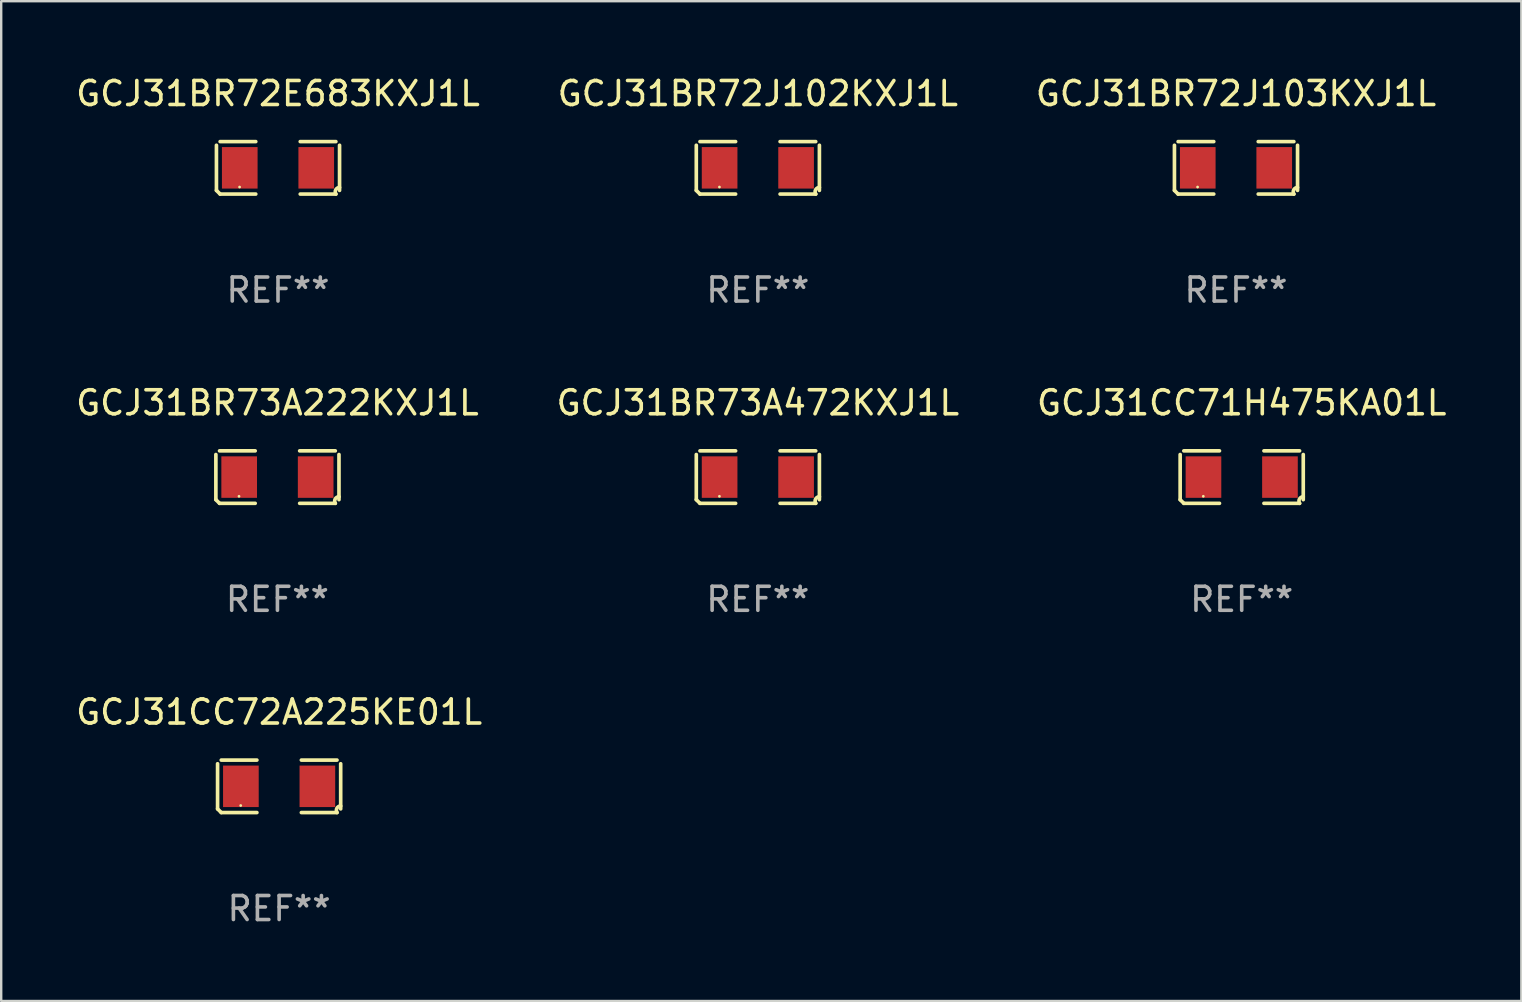
<source format=kicad_pcb>
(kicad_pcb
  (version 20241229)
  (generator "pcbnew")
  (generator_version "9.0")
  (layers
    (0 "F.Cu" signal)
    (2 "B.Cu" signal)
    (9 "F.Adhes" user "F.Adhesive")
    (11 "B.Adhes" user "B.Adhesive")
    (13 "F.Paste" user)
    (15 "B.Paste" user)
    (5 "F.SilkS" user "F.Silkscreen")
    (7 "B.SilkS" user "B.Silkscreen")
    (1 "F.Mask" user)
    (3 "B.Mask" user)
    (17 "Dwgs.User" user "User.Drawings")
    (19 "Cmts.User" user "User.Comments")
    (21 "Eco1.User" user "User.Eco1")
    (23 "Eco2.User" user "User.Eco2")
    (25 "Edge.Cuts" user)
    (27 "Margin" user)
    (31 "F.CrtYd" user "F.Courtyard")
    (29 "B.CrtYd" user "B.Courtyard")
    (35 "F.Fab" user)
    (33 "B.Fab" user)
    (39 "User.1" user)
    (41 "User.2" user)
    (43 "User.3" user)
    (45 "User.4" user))
  (footprint "GCJ31BR72E683KXJ1L"
    (layer "F.Cu")
    (at 8.53 3.941)
    (property "Reference" "GCJ31BR72E683KXJ1L" (at 0 -3.093 0) (layer "F.SilkS") (effects (font (size 1 1) (thickness 0.15))))
    (attr through_hole)
    (fp_line (start -2.564 0.94) (end -2.564 -0.94) (stroke (width 0.152) (type solid)) (layer "F.SilkS"))
    (fp_line (start -2.411 -1.093) (end -0.926 -1.093) (stroke (width 0.152) (type solid)) (layer "F.SilkS"))
    (fp_line (start -0.926 1.093) (end -2.411 1.093) (stroke (width 0.152) (type solid)) (layer "F.SilkS"))
    (fp_line (start 0.926 1.093) (end 2.411 1.093) (stroke (width 0.152) (type solid)) (layer "F.SilkS"))
    (fp_line (start 2.411 -1.093) (end 0.926 -1.093) (stroke (width 0.152) (type solid)) (layer "F.SilkS"))
    (fp_line (start 2.564 0.94) (end 2.564 -0.94) (stroke (width 0.152) (type solid)) (layer "F.SilkS"))
    (fp_arc (start -2.411201 1.092609) (mid -2.487413 1.01642) (end -2.563602 0.940208) (stroke (width 0.1524) (type solid)) (layer "F.SilkS"))
    (fp_arc (start 2.411201 1.092609) (mid 2.407159 0.911226) (end 2.563602 0.819347) (stroke (width 0.1524) (type solid)) (layer "F.SilkS"))
    (fp_circle (center -1.6 0.8) (end -1.57 0.8) (stroke (width 0.06) (type solid)) (fill no) (layer "F.SilkS"))
    (fp_text user "REF**" (at 0 5.093 0) (layer "F.Fab") (effects (font (size 1 1) (thickness 0.15))))
    (pad "1" smd rect (at -1.593 0) (size 1.485 1.728) (layers "F.Cu" "F.Mask" "F.Paste"))
    (pad "2" smd rect (at 1.593 0) (size 1.485 1.728) (layers "F.Cu" "F.Mask" "F.Paste")))
  (footprint "GCJ31CC72A225KE01L"
    (layer "F.Cu")
    (at 8.577 29.704)
    (property "Reference" "GCJ31CC72A225KE01L" (at 0 -3.093 0) (layer "F.SilkS") (effects (font (size 1 1) (thickness 0.15))))
    (attr through_hole)
    (fp_line (start -2.564 0.94) (end -2.564 -0.94) (stroke (width 0.152) (type solid)) (layer "F.SilkS"))
    (fp_line (start -2.411 -1.093) (end -0.926 -1.093) (stroke (width 0.152) (type solid)) (layer "F.SilkS"))
    (fp_line (start -0.926 1.093) (end -2.411 1.093) (stroke (width 0.152) (type solid)) (layer "F.SilkS"))
    (fp_line (start 0.926 1.093) (end 2.411 1.093) (stroke (width 0.152) (type solid)) (layer "F.SilkS"))
    (fp_line (start 2.411 -1.093) (end 0.926 -1.093) (stroke (width 0.152) (type solid)) (layer "F.SilkS"))
    (fp_line (start 2.564 0.94) (end 2.564 -0.94) (stroke (width 0.152) (type solid)) (layer "F.SilkS"))
    (fp_arc (start -2.411201 1.092609) (mid -2.487413 1.01642) (end -2.563602 0.940208) (stroke (width 0.1524) (type solid)) (layer "F.SilkS"))
    (fp_arc (start 2.411201 1.092609) (mid 2.407159 0.911226) (end 2.563602 0.819347) (stroke (width 0.1524) (type solid)) (layer "F.SilkS"))
    (fp_circle (center -1.6 0.8) (end -1.57 0.8) (stroke (width 0.06) (type solid)) (fill no) (layer "F.SilkS"))
    (fp_text user "REF**" (at 0 5.093 0) (layer "F.Fab") (effects (font (size 1 1) (thickness 0.15))))
    (pad "1" smd rect (at -1.593 0) (size 1.485 1.728) (layers "F.Cu" "F.Mask" "F.Paste"))
    (pad "2" smd rect (at 1.593 0) (size 1.485 1.728) (layers "F.Cu" "F.Mask" "F.Paste")))
  (footprint "GCJ31BR73A222KXJ1L"
    (layer "F.Cu")
    (at 8.506 16.823)
    (property "Reference" "GCJ31BR73A222KXJ1L" (at 0 -3.093 0) (layer "F.SilkS") (effects (font (size 1 1) (thickness 0.15))))
    (attr through_hole)
    (fp_line (start -2.564 0.94) (end -2.564 -0.94) (stroke (width 0.152) (type solid)) (layer "F.SilkS"))
    (fp_line (start -2.411 -1.093) (end -0.926 -1.093) (stroke (width 0.152) (type solid)) (layer "F.SilkS"))
    (fp_line (start -0.926 1.093) (end -2.411 1.093) (stroke (width 0.152) (type solid)) (layer "F.SilkS"))
    (fp_line (start 0.926 1.093) (end 2.411 1.093) (stroke (width 0.152) (type solid)) (layer "F.SilkS"))
    (fp_line (start 2.411 -1.093) (end 0.926 -1.093) (stroke (width 0.152) (type solid)) (layer "F.SilkS"))
    (fp_line (start 2.564 0.94) (end 2.564 -0.94) (stroke (width 0.152) (type solid)) (layer "F.SilkS"))
    (fp_arc (start -2.411201 1.092609) (mid -2.487413 1.01642) (end -2.563602 0.940208) (stroke (width 0.1524) (type solid)) (layer "F.SilkS"))
    (fp_arc (start 2.411201 1.092609) (mid 2.407159 0.911226) (end 2.563602 0.819347) (stroke (width 0.1524) (type solid)) (layer "F.SilkS"))
    (fp_circle (center -1.6 0.8) (end -1.57 0.8) (stroke (width 0.06) (type solid)) (fill no) (layer "F.SilkS"))
    (fp_text user "REF**" (at 0 5.093 0) (layer "F.Fab") (effects (font (size 1 1) (thickness 0.15))))
    (pad "1" smd rect (at -1.593 0) (size 1.485 1.728) (layers "F.Cu" "F.Mask" "F.Paste"))
    (pad "2" smd rect (at 1.593 0) (size 1.485 1.728) (layers "F.Cu" "F.Mask" "F.Paste")))
  (footprint "GCJ31BR72J103KXJ1L"
    (layer "F.Cu")
    (at 48.435 3.941)
    (property "Reference" "GCJ31BR72J103KXJ1L" (at 0 -3.093 0) (layer "F.SilkS") (effects (font (size 1 1) (thickness 0.15))))
    (attr through_hole)
    (fp_line (start -2.564 0.94) (end -2.564 -0.94) (stroke (width 0.152) (type solid)) (layer "F.SilkS"))
    (fp_line (start -2.411 -1.093) (end -0.926 -1.093) (stroke (width 0.152) (type solid)) (layer "F.SilkS"))
    (fp_line (start -0.926 1.093) (end -2.411 1.093) (stroke (width 0.152) (type solid)) (layer "F.SilkS"))
    (fp_line (start 0.926 1.093) (end 2.411 1.093) (stroke (width 0.152) (type solid)) (layer "F.SilkS"))
    (fp_line (start 2.411 -1.093) (end 0.926 -1.093) (stroke (width 0.152) (type solid)) (layer "F.SilkS"))
    (fp_line (start 2.564 0.94) (end 2.564 -0.94) (stroke (width 0.152) (type solid)) (layer "F.SilkS"))
    (fp_arc (start -2.411201 1.092609) (mid -2.487413 1.01642) (end -2.563602 0.940208) (stroke (width 0.1524) (type solid)) (layer "F.SilkS"))
    (fp_arc (start 2.411201 1.092609) (mid 2.407159 0.911226) (end 2.563602 0.819347) (stroke (width 0.1524) (type solid)) (layer "F.SilkS"))
    (fp_circle (center -1.6 0.8) (end -1.57 0.8) (stroke (width 0.06) (type solid)) (fill no) (layer "F.SilkS"))
    (fp_text user "REF**" (at 0 5.093 0) (layer "F.Fab") (effects (font (size 1 1) (thickness 0.15))))
    (pad "1" smd rect (at -1.593 0) (size 1.485 1.728) (layers "F.Cu" "F.Mask" "F.Paste"))
    (pad "2" smd rect (at 1.593 0) (size 1.485 1.728) (layers "F.Cu" "F.Mask" "F.Paste")))
  (footprint "GCJ31BR73A472KXJ1L"
    (layer "F.Cu")
    (at 28.518 16.823)
    (property "Reference" "GCJ31BR73A472KXJ1L" (at 0 -3.093 0) (layer "F.SilkS") (effects (font (size 1 1) (thickness 0.15))))
    (attr through_hole)
    (fp_line (start -2.564 0.94) (end -2.564 -0.94) (stroke (width 0.152) (type solid)) (layer "F.SilkS"))
    (fp_line (start -2.411 -1.093) (end -0.926 -1.093) (stroke (width 0.152) (type solid)) (layer "F.SilkS"))
    (fp_line (start -0.926 1.093) (end -2.411 1.093) (stroke (width 0.152) (type solid)) (layer "F.SilkS"))
    (fp_line (start 0.926 1.093) (end 2.411 1.093) (stroke (width 0.152) (type solid)) (layer "F.SilkS"))
    (fp_line (start 2.411 -1.093) (end 0.926 -1.093) (stroke (width 0.152) (type solid)) (layer "F.SilkS"))
    (fp_line (start 2.564 0.94) (end 2.564 -0.94) (stroke (width 0.152) (type solid)) (layer "F.SilkS"))
    (fp_arc (start -2.411201 1.092609) (mid -2.487413 1.01642) (end -2.563602 0.940208) (stroke (width 0.1524) (type solid)) (layer "F.SilkS"))
    (fp_arc (start 2.411201 1.092609) (mid 2.407159 0.911226) (end 2.563602 0.819347) (stroke (width 0.1524) (type solid)) (layer "F.SilkS"))
    (fp_circle (center -1.6 0.8) (end -1.57 0.8) (stroke (width 0.06) (type solid)) (fill no) (layer "F.SilkS"))
    (fp_text user "REF**" (at 0 5.093 0) (layer "F.Fab") (effects (font (size 1 1) (thickness 0.15))))
    (pad "1" smd rect (at -1.593 0) (size 1.485 1.728) (layers "F.Cu" "F.Mask" "F.Paste"))
    (pad "2" smd rect (at 1.593 0) (size 1.485 1.728) (layers "F.Cu" "F.Mask" "F.Paste")))
  (footprint "GCJ31CC71H475KA01L"
    (layer "F.Cu")
    (at 48.673 16.823)
    (property "Reference" "GCJ31CC71H475KA01L" (at 0 -3.093 0) (layer "F.SilkS") (effects (font (size 1 1) (thickness 0.15))))
    (attr through_hole)
    (fp_line (start -2.564 0.94) (end -2.564 -0.94) (stroke (width 0.152) (type solid)) (layer "F.SilkS"))
    (fp_line (start -2.411 -1.093) (end -0.926 -1.093) (stroke (width 0.152) (type solid)) (layer "F.SilkS"))
    (fp_line (start -0.926 1.093) (end -2.411 1.093) (stroke (width 0.152) (type solid)) (layer "F.SilkS"))
    (fp_line (start 0.926 1.093) (end 2.411 1.093) (stroke (width 0.152) (type solid)) (layer "F.SilkS"))
    (fp_line (start 2.411 -1.093) (end 0.926 -1.093) (stroke (width 0.152) (type solid)) (layer "F.SilkS"))
    (fp_line (start 2.564 0.94) (end 2.564 -0.94) (stroke (width 0.152) (type solid)) (layer "F.SilkS"))
    (fp_arc (start -2.411201 1.092609) (mid -2.487413 1.01642) (end -2.563602 0.940208) (stroke (width 0.1524) (type solid)) (layer "F.SilkS"))
    (fp_arc (start 2.411201 1.092609) (mid 2.407159 0.911226) (end 2.563602 0.819347) (stroke (width 0.1524) (type solid)) (layer "F.SilkS"))
    (fp_circle (center -1.6 0.8) (end -1.57 0.8) (stroke (width 0.06) (type solid)) (fill no) (layer "F.SilkS"))
    (fp_text user "REF**" (at 0 5.093 0) (layer "F.Fab") (effects (font (size 1 1) (thickness 0.15))))
    (pad "1" smd rect (at -1.593 0) (size 1.485 1.728) (layers "F.Cu" "F.Mask" "F.Paste"))
    (pad "2" smd rect (at 1.593 0) (size 1.485 1.728) (layers "F.Cu" "F.Mask" "F.Paste")))
  (footprint "GCJ31BR72J102KXJ1L"
    (layer "F.Cu")
    (at 28.518 3.941)
    (property "Reference" "GCJ31BR72J102KXJ1L" (at 0 -3.093 0) (layer "F.SilkS") (effects (font (size 1 1) (thickness 0.15))))
    (attr through_hole)
    (fp_line (start -2.564 0.94) (end -2.564 -0.94) (stroke (width 0.152) (type solid)) (layer "F.SilkS"))
    (fp_line (start -2.411 -1.093) (end -0.926 -1.093) (stroke (width 0.152) (type solid)) (layer "F.SilkS"))
    (fp_line (start -0.926 1.093) (end -2.411 1.093) (stroke (width 0.152) (type solid)) (layer "F.SilkS"))
    (fp_line (start 0.926 1.093) (end 2.411 1.093) (stroke (width 0.152) (type solid)) (layer "F.SilkS"))
    (fp_line (start 2.411 -1.093) (end 0.926 -1.093) (stroke (width 0.152) (type solid)) (layer "F.SilkS"))
    (fp_line (start 2.564 0.94) (end 2.564 -0.94) (stroke (width 0.152) (type solid)) (layer "F.SilkS"))
    (fp_arc (start -2.411201 1.092609) (mid -2.487413 1.01642) (end -2.563602 0.940208) (stroke (width 0.1524) (type solid)) (layer "F.SilkS"))
    (fp_arc (start 2.411201 1.092609) (mid 2.407159 0.911226) (end 2.563602 0.819347) (stroke (width 0.1524) (type solid)) (layer "F.SilkS"))
    (fp_circle (center -1.6 0.8) (end -1.57 0.8) (stroke (width 0.06) (type solid)) (fill no) (layer "F.SilkS"))
    (fp_text user "REF**" (at 0 5.093 0) (layer "F.Fab") (effects (font (size 1 1) (thickness 0.15))))
    (pad "1" smd rect (at -1.593 0) (size 1.485 1.728) (layers "F.Cu" "F.Mask" "F.Paste"))
    (pad "2" smd rect (at 1.593 0) (size 1.485 1.728) (layers "F.Cu" "F.Mask" "F.Paste")))
  (gr_rect
    (start -3 -3)
    (end 60.321 38.645)
    (stroke (width 0.1) (type default))
    (fill no)
    (layer "Edge.Cuts")))
</source>
